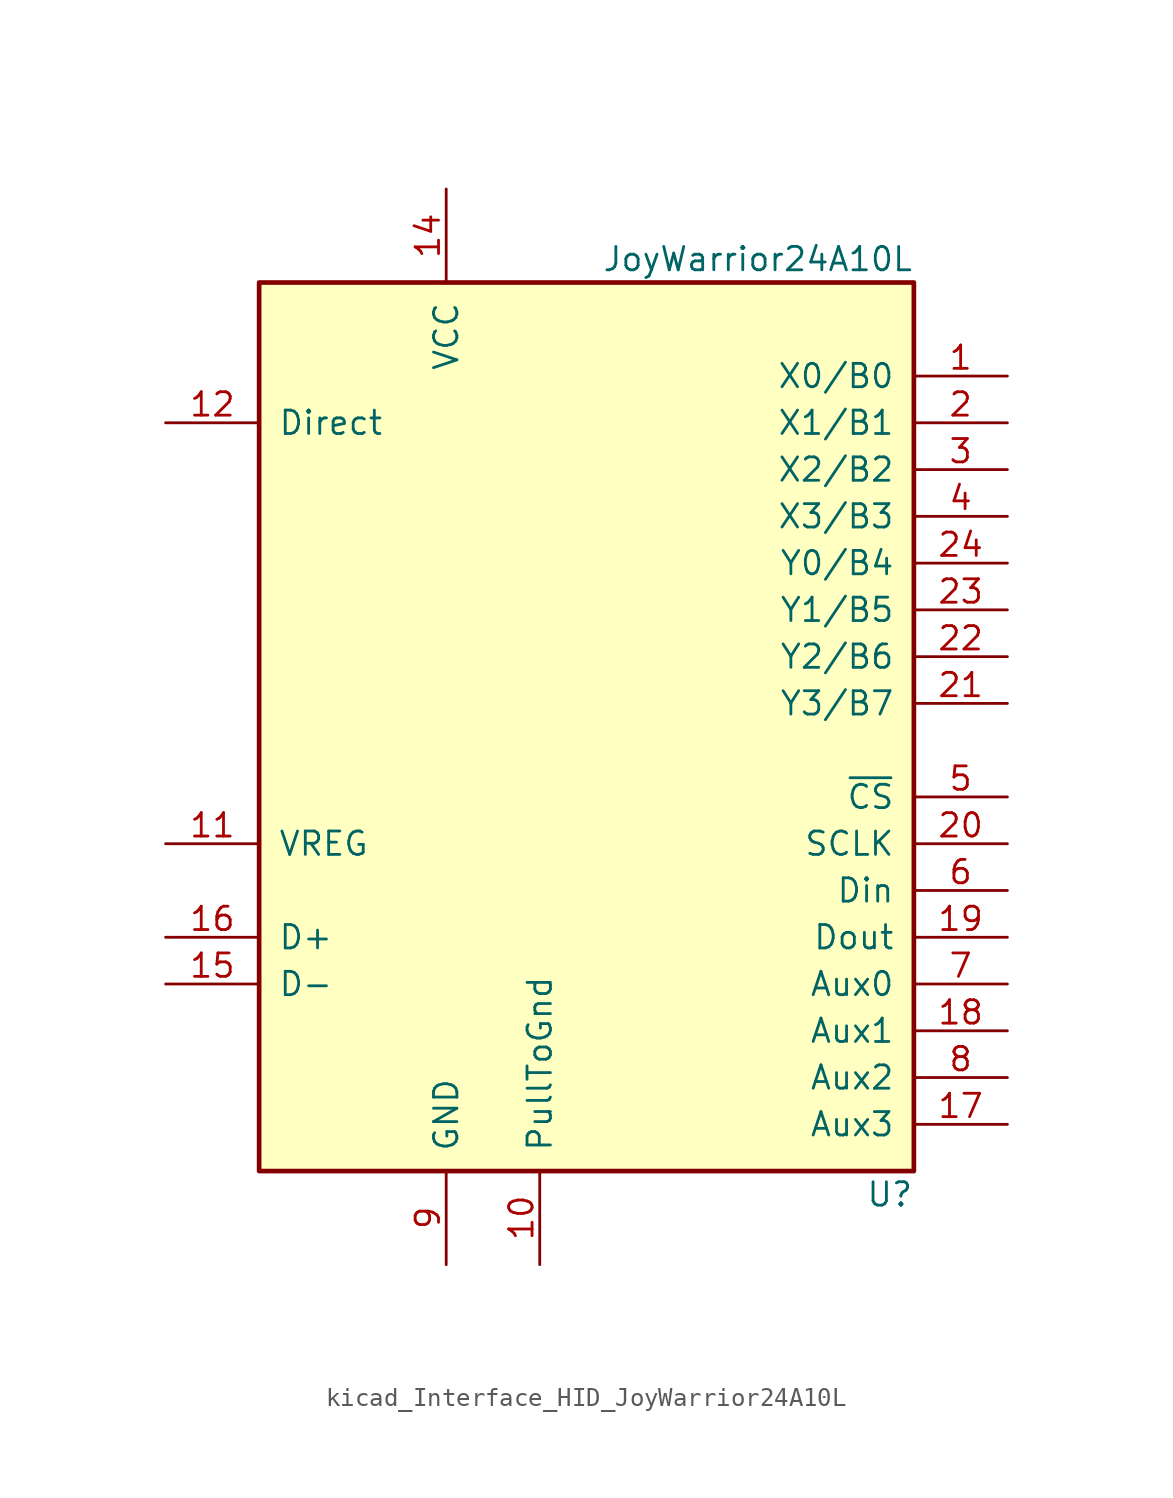
<source format=kicad_sym>
(kicad_symbol_lib
  (version 20220914)
  (generator kicad_symbol_editor)
  (symbol "kicad_Interface_HID_JoyWarrior24A10L"
    (pin_names
      (offset 1.016))
    (property "Reference" "U"
      (at 17.78 -24.13 0)
      (effects (font (size 1.27 1.27)) (justify right)))
    (property "Value" "JoyWarrior24A10L"
      (at 17.78 26.67 0)
      (effects (font (size 1.27 1.27)) (justify right)))
    (symbol "kicad_Interface_HID_JoyWarrior24A10L_0_1"
      (rectangle (start -17.78 25.4) (end 17.78 -22.86) (stroke (width 0.254) (type default)) (fill (type background))))
    (symbol "kicad_Interface_HID_JoyWarrior24A10L_1_1"
      (pin input line (at 22.86 20.32 180) (length 5.08) (name "X0/B0" (effects (font (size 1.27 1.27)))) (number "1" (effects (font (size 1.27 1.27)))))
      (pin input line (at -2.54 -27.94 90) (length 5.08) (name "PullToGnd" (effects (font (size 1.27 1.27)))) (number "10" (effects (font (size 1.27 1.27)))))
      (pin power_out line (at -22.86 -5.08 0) (length 5.08) (name "VREG" (effects (font (size 1.27 1.27)))) (number "11" (effects (font (size 1.27 1.27)))))
      (pin input line (at -22.86 17.78 0) (length 5.08) (name "Direct" (effects (font (size 1.27 1.27)))) (number "12" (effects (font (size 1.27 1.27)))))
      (pin no_connect line (at -17.78 22.86 0) (length 5.08) hide (name "NC" (effects (font (size 1.27 1.27)))) (number "13" (effects (font (size 1.27 1.27)))))
      (pin power_in line (at -7.62 30.48 270) (length 5.08) (name "VCC" (effects (font (size 1.27 1.27)))) (number "14" (effects (font (size 1.27 1.27)))))
      (pin bidirectional line (at -22.86 -12.7 0) (length 5.08) (name "D-" (effects (font (size 1.27 1.27)))) (number "15" (effects (font (size 1.27 1.27)))))
      (pin bidirectional line (at -22.86 -10.16 0) (length 5.08) (name "D+" (effects (font (size 1.27 1.27)))) (number "16" (effects (font (size 1.27 1.27)))))
      (pin output line (at 22.86 -20.32 180) (length 5.08) (name "Aux3" (effects (font (size 1.27 1.27)))) (number "17" (effects (font (size 1.27 1.27)))))
      (pin output line (at 22.86 -15.24 180) (length 5.08) (name "Aux1" (effects (font (size 1.27 1.27)))) (number "18" (effects (font (size 1.27 1.27)))))
      (pin output line (at 22.86 -10.16 180) (length 5.08) (name "Dout" (effects (font (size 1.27 1.27)))) (number "19" (effects (font (size 1.27 1.27)))))
      (pin input line (at 22.86 17.78 180) (length 5.08) (name "X1/B1" (effects (font (size 1.27 1.27)))) (number "2" (effects (font (size 1.27 1.27)))))
      (pin output line (at 22.86 -5.08 180) (length 5.08) (name "SCLK" (effects (font (size 1.27 1.27)))) (number "20" (effects (font (size 1.27 1.27)))))
      (pin input line (at 22.86 2.54 180) (length 5.08) (name "Y3/B7" (effects (font (size 1.27 1.27)))) (number "21" (effects (font (size 1.27 1.27)))))
      (pin input line (at 22.86 5.08 180) (length 5.08) (name "Y2/B6" (effects (font (size 1.27 1.27)))) (number "22" (effects (font (size 1.27 1.27)))))
      (pin input line (at 22.86 7.62 180) (length 5.08) (name "Y1/B5" (effects (font (size 1.27 1.27)))) (number "23" (effects (font (size 1.27 1.27)))))
      (pin input line (at 22.86 10.16 180) (length 5.08) (name "Y0/B4" (effects (font (size 1.27 1.27)))) (number "24" (effects (font (size 1.27 1.27)))))
      (pin input line (at 22.86 15.24 180) (length 5.08) (name "X2/B2" (effects (font (size 1.27 1.27)))) (number "3" (effects (font (size 1.27 1.27)))))
      (pin input line (at 22.86 12.7 180) (length 5.08) (name "X3/B3" (effects (font (size 1.27 1.27)))) (number "4" (effects (font (size 1.27 1.27)))))
      (pin output line (at 22.86 -2.54 180) (length 5.08) (name "~{CS}" (effects (font (size 1.27 1.27)))) (number "5" (effects (font (size 1.27 1.27)))))
      (pin input line (at 22.86 -7.62 180) (length 5.08) (name "Din" (effects (font (size 1.27 1.27)))) (number "6" (effects (font (size 1.27 1.27)))))
      (pin output line (at 22.86 -12.7 180) (length 5.08) (name "Aux0" (effects (font (size 1.27 1.27)))) (number "7" (effects (font (size 1.27 1.27)))))
      (pin output line (at 22.86 -17.78 180) (length 5.08) (name "Aux2" (effects (font (size 1.27 1.27)))) (number "8" (effects (font (size 1.27 1.27)))))
      (pin power_in line (at -7.62 -27.94 90) (length 5.08) (name "GND" (effects (font (size 1.27 1.27)))) (number "9" (effects (font (size 1.27 1.27))))))))
</source>
